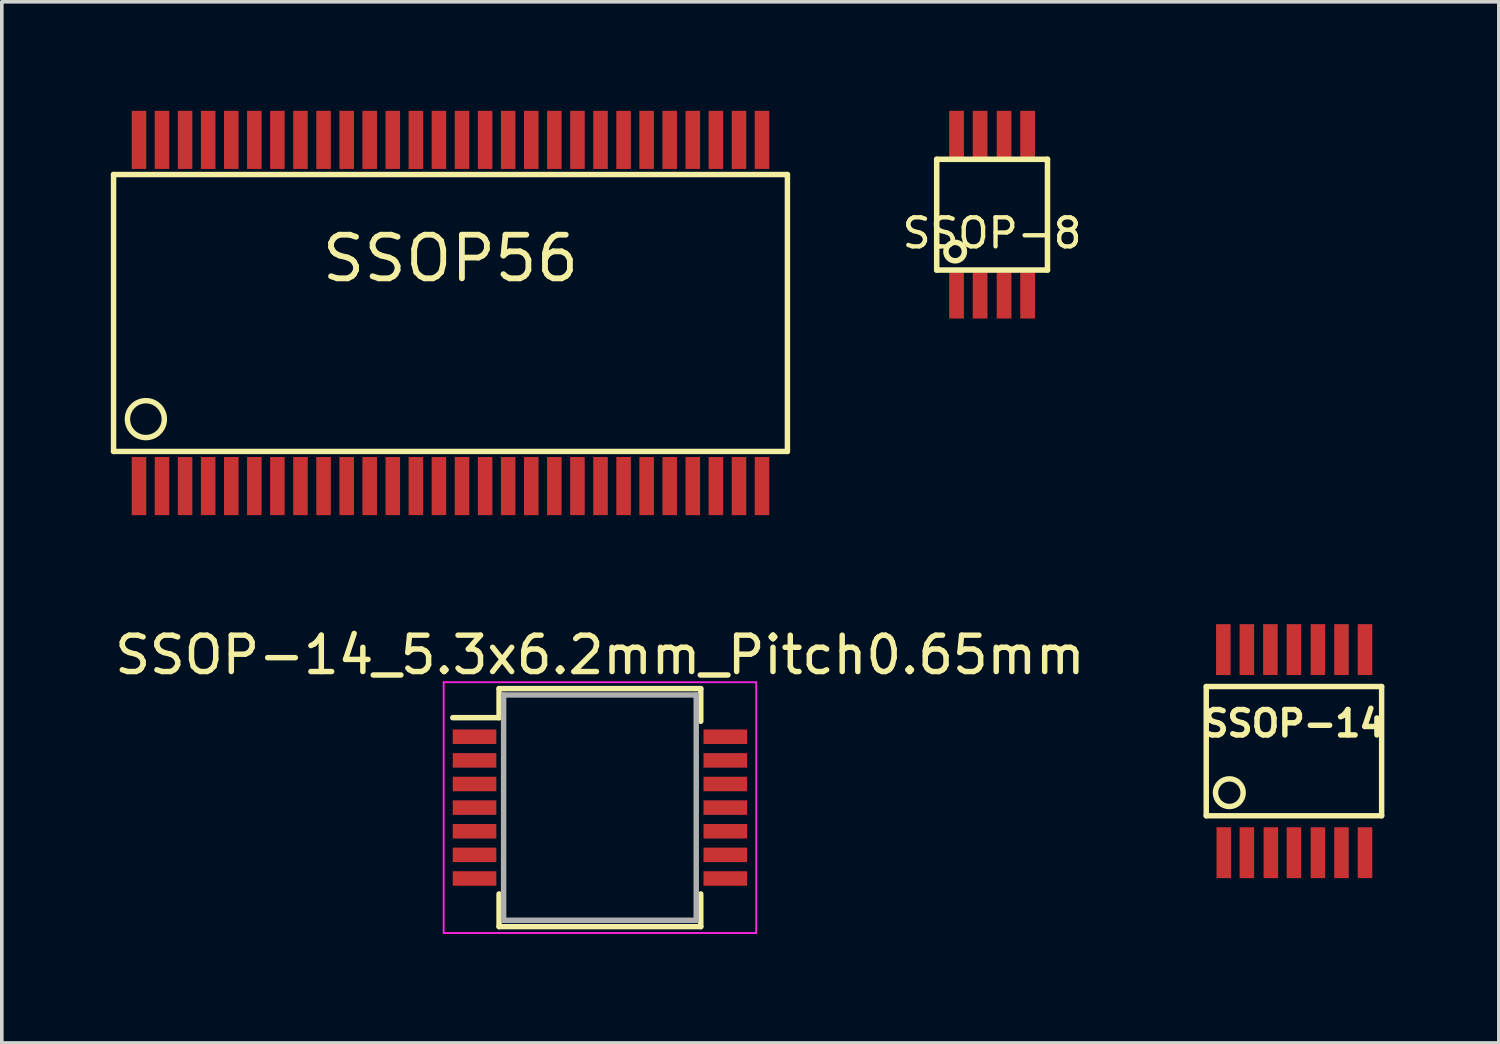
<source format=kicad_pcb>
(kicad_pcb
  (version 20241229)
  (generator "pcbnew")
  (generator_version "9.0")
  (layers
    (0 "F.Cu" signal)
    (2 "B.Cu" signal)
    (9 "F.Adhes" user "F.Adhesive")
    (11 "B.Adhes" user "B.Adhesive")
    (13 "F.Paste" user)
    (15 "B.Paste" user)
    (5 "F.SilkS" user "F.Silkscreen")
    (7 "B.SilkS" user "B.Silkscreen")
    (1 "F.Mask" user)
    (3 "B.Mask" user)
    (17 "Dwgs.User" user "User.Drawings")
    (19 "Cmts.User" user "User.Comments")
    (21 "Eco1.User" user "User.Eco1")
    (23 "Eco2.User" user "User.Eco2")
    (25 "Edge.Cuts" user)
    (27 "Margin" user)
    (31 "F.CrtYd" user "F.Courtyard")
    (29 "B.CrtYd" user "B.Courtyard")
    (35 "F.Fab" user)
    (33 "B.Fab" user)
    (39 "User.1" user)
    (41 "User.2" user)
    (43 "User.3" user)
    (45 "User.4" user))
  (footprint "SSOP56"
    (layer "F.Cu")
    (at 9.346 5.562)
    (property "Reference" "SSOP56" (at 0 -1.5 0) (layer "F.SilkS") (effects (font (size 1.2 1.2) (thickness 0.16))))
    (attr smd)
    (fp_line (start -9.271 -3.81) (end -9.271 3.81) (stroke (width 0.15) (type solid)) (layer "F.SilkS"))
    (fp_line (start -9.271 3.81) (end 9.271 3.81) (stroke (width 0.15) (type solid)) (layer "F.SilkS"))
    (fp_line (start 9.271 -3.81) (end -9.271 -3.81) (stroke (width 0.15) (type solid)) (layer "F.SilkS"))
    (fp_line (start 9.271 3.81) (end 9.271 -3.81) (stroke (width 0.15) (type solid)) (layer "F.SilkS"))
    (fp_circle (center -8.382 2.921) (end -8.382 2.413) (stroke (width 0.15) (type solid)) (fill no) (layer "F.SilkS"))
    (pad "1" smd rect (at -8.572 4.763) (size 0.4 1.6) (layers "F.Cu" "F.Mask" "F.Paste"))
    (pad "2" smd rect (at -7.938 4.763) (size 0.4 1.6) (layers "F.Cu" "F.Mask" "F.Paste"))
    (pad "3" smd rect (at -7.303 4.763) (size 0.4 1.6) (layers "F.Cu" "F.Mask" "F.Paste"))
    (pad "4" smd rect (at -6.668 4.763) (size 0.4 1.6) (layers "F.Cu" "F.Mask" "F.Paste"))
    (pad "5" smd rect (at -6.032 4.763) (size 0.4 1.6) (layers "F.Cu" "F.Mask" "F.Paste"))
    (pad "6" smd rect (at -5.397 4.763) (size 0.4 1.6) (layers "F.Cu" "F.Mask" "F.Paste"))
    (pad "7" smd rect (at -4.763 4.763) (size 0.4 1.6) (layers "F.Cu" "F.Mask" "F.Paste"))
    (pad "8" smd rect (at -4.128 4.763) (size 0.4 1.6) (layers "F.Cu" "F.Mask" "F.Paste"))
    (pad "9" smd rect (at -3.493 4.763) (size 0.4 1.6) (layers "F.Cu" "F.Mask" "F.Paste"))
    (pad "10" smd rect (at -2.857 4.763) (size 0.4 1.6) (layers "F.Cu" "F.Mask" "F.Paste"))
    (pad "11" smd rect (at -2.223 4.763) (size 0.4 1.6) (layers "F.Cu" "F.Mask" "F.Paste"))
    (pad "12" smd rect (at -1.587 4.763) (size 0.4 1.6) (layers "F.Cu" "F.Mask" "F.Paste"))
    (pad "13" smd rect (at -0.953 4.763) (size 0.4 1.6) (layers "F.Cu" "F.Mask" "F.Paste"))
    (pad "14" smd rect (at -0.318 4.763) (size 0.4 1.6) (layers "F.Cu" "F.Mask" "F.Paste"))
    (pad "15" smd rect (at 0.318 4.763) (size 0.4 1.6) (layers "F.Cu" "F.Mask" "F.Paste"))
    (pad "16" smd rect (at 0.953 4.763) (size 0.4 1.6) (layers "F.Cu" "F.Mask" "F.Paste"))
    (pad "17" smd rect (at 1.587 4.763) (size 0.4 1.6) (layers "F.Cu" "F.Mask" "F.Paste"))
    (pad "18" smd rect (at 2.223 4.763) (size 0.4 1.6) (layers "F.Cu" "F.Mask" "F.Paste"))
    (pad "19" smd rect (at 2.857 4.763) (size 0.4 1.6) (layers "F.Cu" "F.Mask" "F.Paste"))
    (pad "20" smd rect (at 3.493 4.763) (size 0.4 1.6) (layers "F.Cu" "F.Mask" "F.Paste"))
    (pad "21" smd rect (at 4.128 4.763) (size 0.4 1.6) (layers "F.Cu" "F.Mask" "F.Paste"))
    (pad "22" smd rect (at 4.763 4.763) (size 0.4 1.6) (layers "F.Cu" "F.Mask" "F.Paste"))
    (pad "23" smd rect (at 5.397 4.763) (size 0.4 1.6) (layers "F.Cu" "F.Mask" "F.Paste"))
    (pad "24" smd rect (at 6.032 4.763) (size 0.4 1.6) (layers "F.Cu" "F.Mask" "F.Paste"))
    (pad "25" smd rect (at 6.668 4.763) (size 0.4 1.6) (layers "F.Cu" "F.Mask" "F.Paste"))
    (pad "26" smd rect (at 7.303 4.763) (size 0.4 1.6) (layers "F.Cu" "F.Mask" "F.Paste"))
    (pad "27" smd rect (at 7.938 4.763) (size 0.4 1.6) (layers "F.Cu" "F.Mask" "F.Paste"))
    (pad "28" smd rect (at 8.572 4.763) (size 0.4 1.6) (layers "F.Cu" "F.Mask" "F.Paste"))
    (pad "29" smd rect (at 8.572 -4.763) (size 0.4 1.6) (layers "F.Cu" "F.Mask" "F.Paste"))
    (pad "30" smd rect (at 7.938 -4.763) (size 0.4 1.6) (layers "F.Cu" "F.Mask" "F.Paste"))
    (pad "31" smd rect (at 7.303 -4.763) (size 0.4 1.6) (layers "F.Cu" "F.Mask" "F.Paste"))
    (pad "32" smd rect (at 6.668 -4.763) (size 0.4 1.6) (layers "F.Cu" "F.Mask" "F.Paste"))
    (pad "33" smd rect (at 6.032 -4.763) (size 0.4 1.6) (layers "F.Cu" "F.Mask" "F.Paste"))
    (pad "34" smd rect (at 5.397 -4.763) (size 0.4 1.6) (layers "F.Cu" "F.Mask" "F.Paste"))
    (pad "35" smd rect (at 4.763 -4.763) (size 0.4 1.6) (layers "F.Cu" "F.Mask" "F.Paste"))
    (pad "36" smd rect (at 4.128 -4.763) (size 0.4 1.6) (layers "F.Cu" "F.Mask" "F.Paste"))
    (pad "37" smd rect (at 3.493 -4.763) (size 0.4 1.6) (layers "F.Cu" "F.Mask" "F.Paste"))
    (pad "38" smd rect (at 2.857 -4.763) (size 0.4 1.6) (layers "F.Cu" "F.Mask" "F.Paste"))
    (pad "39" smd rect (at 2.223 -4.763) (size 0.4 1.6) (layers "F.Cu" "F.Mask" "F.Paste"))
    (pad "40" smd rect (at 1.587 -4.763) (size 0.4 1.6) (layers "F.Cu" "F.Mask" "F.Paste"))
    (pad "41" smd rect (at 0.953 -4.763) (size 0.4 1.6) (layers "F.Cu" "F.Mask" "F.Paste"))
    (pad "42" smd rect (at 0.318 -4.763) (size 0.4 1.6) (layers "F.Cu" "F.Mask" "F.Paste"))
    (pad "43" smd rect (at -0.318 -4.763) (size 0.4 1.6) (layers "F.Cu" "F.Mask" "F.Paste"))
    (pad "44" smd rect (at -0.953 -4.763) (size 0.4 1.6) (layers "F.Cu" "F.Mask" "F.Paste"))
    (pad "45" smd rect (at -1.587 -4.763) (size 0.4 1.6) (layers "F.Cu" "F.Mask" "F.Paste"))
    (pad "46" smd rect (at -2.223 -4.763) (size 0.4 1.6) (layers "F.Cu" "F.Mask" "F.Paste"))
    (pad "47" smd rect (at -2.857 -4.763) (size 0.4 1.6) (layers "F.Cu" "F.Mask" "F.Paste"))
    (pad "48" smd rect (at -3.493 -4.763) (size 0.4 1.6) (layers "F.Cu" "F.Mask" "F.Paste"))
    (pad "49" smd rect (at -4.128 -4.763) (size 0.4 1.6) (layers "F.Cu" "F.Mask" "F.Paste"))
    (pad "50" smd rect (at -4.763 -4.763) (size 0.4 1.6) (layers "F.Cu" "F.Mask" "F.Paste"))
    (pad "51" smd rect (at -5.397 -4.763) (size 0.4 1.6) (layers "F.Cu" "F.Mask" "F.Paste"))
    (pad "52" smd rect (at -6.032 -4.763) (size 0.4 1.6) (layers "F.Cu" "F.Mask" "F.Paste"))
    (pad "53" smd rect (at -6.668 -4.763) (size 0.4 1.6) (layers "F.Cu" "F.Mask" "F.Paste"))
    (pad "54" smd rect (at -7.303 -4.763) (size 0.4 1.6) (layers "F.Cu" "F.Mask" "F.Paste"))
    (pad "55" smd rect (at -7.938 -4.763) (size 0.4 1.6) (layers "F.Cu" "F.Mask" "F.Paste"))
    (pad "56" smd rect (at -8.572 -4.763) (size 0.4 1.6) (layers "F.Cu" "F.Mask" "F.Paste")))
  (footprint "SSOP-14_5.3x6.2mm_Pitch0.65mm"
    (layer "F.Cu")
    (at 13.458 19.173)
    (property "Reference" "SSOP-14_5.3x6.2mm_Pitch0.65mm" (at 0 -4.2 0) (layer "F.SilkS") (effects (font (size 1 1) (thickness 0.15))))
    (attr smd)
    (fp_line (start -2.775 -3.275) (end -2.775 -2.475) (stroke (width 0.15) (type solid)) (layer "F.SilkS"))
    (fp_line (start -2.775 -3.275) (end 2.775 -3.275) (stroke (width 0.15) (type solid)) (layer "F.SilkS"))
    (fp_line (start -2.775 -2.475) (end -4.05 -2.475) (stroke (width 0.15) (type solid)) (layer "F.SilkS"))
    (fp_line (start -2.775 3.275) (end -2.775 2.375) (stroke (width 0.15) (type solid)) (layer "F.SilkS"))
    (fp_line (start -2.775 3.275) (end 2.775 3.275) (stroke (width 0.15) (type solid)) (layer "F.SilkS"))
    (fp_line (start 2.775 -3.275) (end 2.775 -2.375) (stroke (width 0.15) (type solid)) (layer "F.SilkS"))
    (fp_line (start 2.775 3.275) (end 2.775 2.375) (stroke (width 0.15) (type solid)) (layer "F.SilkS"))
    (fp_line (start -4.3 -3.45) (end -4.3 3.45) (stroke (width 0.05) (type solid)) (layer "F.CrtYd"))
    (fp_line (start -4.3 -3.45) (end 4.3 -3.45) (stroke (width 0.05) (type solid)) (layer "F.CrtYd"))
    (fp_line (start -4.3 3.45) (end 4.3 3.45) (stroke (width 0.05) (type solid)) (layer "F.CrtYd"))
    (fp_line (start 4.3 -3.45) (end 4.3 3.45) (stroke (width 0.05) (type solid)) (layer "F.CrtYd"))
    (fp_line (start -2.65 -3.1) (end 2.65 -3.1) (stroke (width 0.15) (type solid)) (layer "F.Fab"))
    (fp_line (start -2.65 3.1) (end -2.65 -3.1) (stroke (width 0.15) (type solid)) (layer "F.Fab"))
    (fp_line (start 2.65 -3.1) (end 2.65 3.1) (stroke (width 0.15) (type solid)) (layer "F.Fab"))
    (fp_line (start 2.65 3.1) (end -2.65 3.1) (stroke (width 0.15) (type solid)) (layer "F.Fab"))
    (pad "1" smd rect (at -3.45 -1.95) (size 1.2 0.4) (layers "F.Cu" "F.Mask" "F.Paste"))
    (pad "2" smd rect (at -3.45 -1.3) (size 1.2 0.4) (layers "F.Cu" "F.Mask" "F.Paste"))
    (pad "3" smd rect (at -3.45 -0.65) (size 1.2 0.4) (layers "F.Cu" "F.Mask" "F.Paste"))
    (pad "4" smd rect (at -3.45 0) (size 1.2 0.4) (layers "F.Cu" "F.Mask" "F.Paste"))
    (pad "5" smd rect (at -3.45 0.65) (size 1.2 0.4) (layers "F.Cu" "F.Mask" "F.Paste"))
    (pad "6" smd rect (at -3.45 1.3) (size 1.2 0.4) (layers "F.Cu" "F.Mask" "F.Paste"))
    (pad "7" smd rect (at -3.45 1.95) (size 1.2 0.4) (layers "F.Cu" "F.Mask" "F.Paste"))
    (pad "8" smd rect (at 3.45 1.95) (size 1.2 0.4) (layers "F.Cu" "F.Mask" "F.Paste"))
    (pad "9" smd rect (at 3.45 1.3) (size 1.2 0.4) (layers "F.Cu" "F.Mask" "F.Paste"))
    (pad "10" smd rect (at 3.45 0.65) (size 1.2 0.4) (layers "F.Cu" "F.Mask" "F.Paste"))
    (pad "11" smd rect (at 3.45 0) (size 1.2 0.4) (layers "F.Cu" "F.Mask" "F.Paste"))
    (pad "12" smd rect (at 3.45 -0.65) (size 1.2 0.4) (layers "F.Cu" "F.Mask" "F.Paste"))
    (pad "13" smd rect (at 3.45 -1.3) (size 1.2 0.4) (layers "F.Cu" "F.Mask" "F.Paste"))
    (pad "14" smd rect (at 3.45 -1.95) (size 1.2 0.4) (layers "F.Cu" "F.Mask" "F.Paste")))
  (footprint "SSOP-14"
    (layer "F.Cu")
    (at 32.555 17.619)
    (property "Reference" "SSOP-14" (at 0 -0.762 0) (layer "F.SilkS") (effects (font (size 0.7 0.7) (thickness 0.15))))
    (attr smd)
    (fp_line (start -2.413 -1.778) (end 2.413 -1.778) (stroke (width 0.15) (type solid)) (layer "F.SilkS"))
    (fp_line (start -2.413 1.778) (end -2.413 -1.778) (stroke (width 0.15) (type solid)) (layer "F.SilkS"))
    (fp_line (start 2.413 -1.778) (end 2.413 1.778) (stroke (width 0.15) (type solid)) (layer "F.SilkS"))
    (fp_line (start 2.413 1.778) (end -2.413 1.778) (stroke (width 0.15) (type solid)) (layer "F.SilkS"))
    (fp_circle (center -1.778 1.143) (end -2.159 1.143) (stroke (width 0.15) (type solid)) (fill no) (layer "F.SilkS"))
    (pad "1" smd rect (at -1.93 2.794) (size 0.4 1.4) (layers "F.Cu" "F.Mask" "F.Paste"))
    (pad "2" smd rect (at -1.295 2.794) (size 0.4 1.4) (layers "F.Cu" "F.Mask" "F.Paste"))
    (pad "3" smd rect (at -0.635 2.794) (size 0.4 1.4) (layers "F.Cu" "F.Mask" "F.Paste"))
    (pad "4" smd rect (at 0 2.794) (size 0.4 1.4) (layers "F.Cu" "F.Mask" "F.Paste"))
    (pad "5" smd rect (at 0.66 2.794) (size 0.4 1.4) (layers "F.Cu" "F.Mask" "F.Paste"))
    (pad "6" smd rect (at 1.308 2.794) (size 0.4 1.4) (layers "F.Cu" "F.Mask" "F.Paste"))
    (pad "7" smd rect (at 1.956 2.794) (size 0.4 1.4) (layers "F.Cu" "F.Mask" "F.Paste"))
    (pad "8" smd rect (at 1.956 -2.794) (size 0.4 1.4) (layers "F.Cu" "F.Mask" "F.Paste"))
    (pad "9" smd rect (at 1.308 -2.794) (size 0.4 1.4) (layers "F.Cu" "F.Mask" "F.Paste"))
    (pad "10" smd rect (at 0.66 -2.794) (size 0.4 1.4) (layers "F.Cu" "F.Mask" "F.Paste"))
    (pad "11" smd rect (at 0 -2.794) (size 0.4 1.4) (layers "F.Cu" "F.Mask" "F.Paste"))
    (pad "12" smd rect (at -0.648 -2.794) (size 0.4 1.4) (layers "F.Cu" "F.Mask" "F.Paste"))
    (pad "13" smd rect (at -1.295 -2.794) (size 0.4 1.4) (layers "F.Cu" "F.Mask" "F.Paste"))
    (pad "14" smd rect (at -1.943 -2.794) (size 0.4 1.4) (layers "F.Cu" "F.Mask" "F.Paste")))
  (footprint "SSOP-8"
    (layer "F.Cu")
    (at 24.249 2.857)
    (property "Reference" "SSOP-8" (at 0 0.508 0) (layer "F.SilkS") (effects (font (size 0.8 0.8) (thickness 0.12))))
    (attr smd)
    (fp_line (start -1.524 -1.524) (end 1.524 -1.524) (stroke (width 0.152) (type solid)) (layer "F.SilkS"))
    (fp_line (start -1.524 1.524) (end -1.524 -1.524) (stroke (width 0.152) (type solid)) (layer "F.SilkS"))
    (fp_line (start 1.524 -1.524) (end 1.524 1.524) (stroke (width 0.152) (type solid)) (layer "F.SilkS"))
    (fp_line (start 1.524 1.524) (end -1.524 1.524) (stroke (width 0.152) (type solid)) (layer "F.SilkS"))
    (fp_circle (center -1.016 1.016) (end -1.016 0.762) (stroke (width 0.152) (type solid)) (fill no) (layer "F.SilkS"))
    (pad "1" smd rect (at -0.978 2.223) (size 0.406 1.27) (layers "F.Cu" "F.Mask" "F.Paste"))
    (pad "2" smd rect (at -0.33 2.223) (size 0.406 1.27) (layers "F.Cu" "F.Mask" "F.Paste"))
    (pad "3" smd rect (at 0.33 2.223) (size 0.406 1.27) (layers "F.Cu" "F.Mask" "F.Paste"))
    (pad "4" smd rect (at 0.978 2.223) (size 0.406 1.27) (layers "F.Cu" "F.Mask" "F.Paste"))
    (pad "5" smd rect (at 0.978 -2.223) (size 0.406 1.27) (layers "F.Cu" "F.Mask" "F.Paste"))
    (pad "6" smd rect (at 0.33 -2.223) (size 0.406 1.27) (layers "F.Cu" "F.Mask" "F.Paste"))
    (pad "7" smd rect (at -0.33 -2.223) (size 0.406 1.27) (layers "F.Cu" "F.Mask" "F.Paste"))
    (pad "8" smd rect (at -0.978 -2.223) (size 0.406 1.27) (layers "F.Cu" "F.Mask" "F.Paste")))
  (gr_rect
    (start -3 -3)
    (end 38.193 25.648)
    (stroke (width 0.1) (type default))
    (fill no)
    (layer "Edge.Cuts")))
</source>
